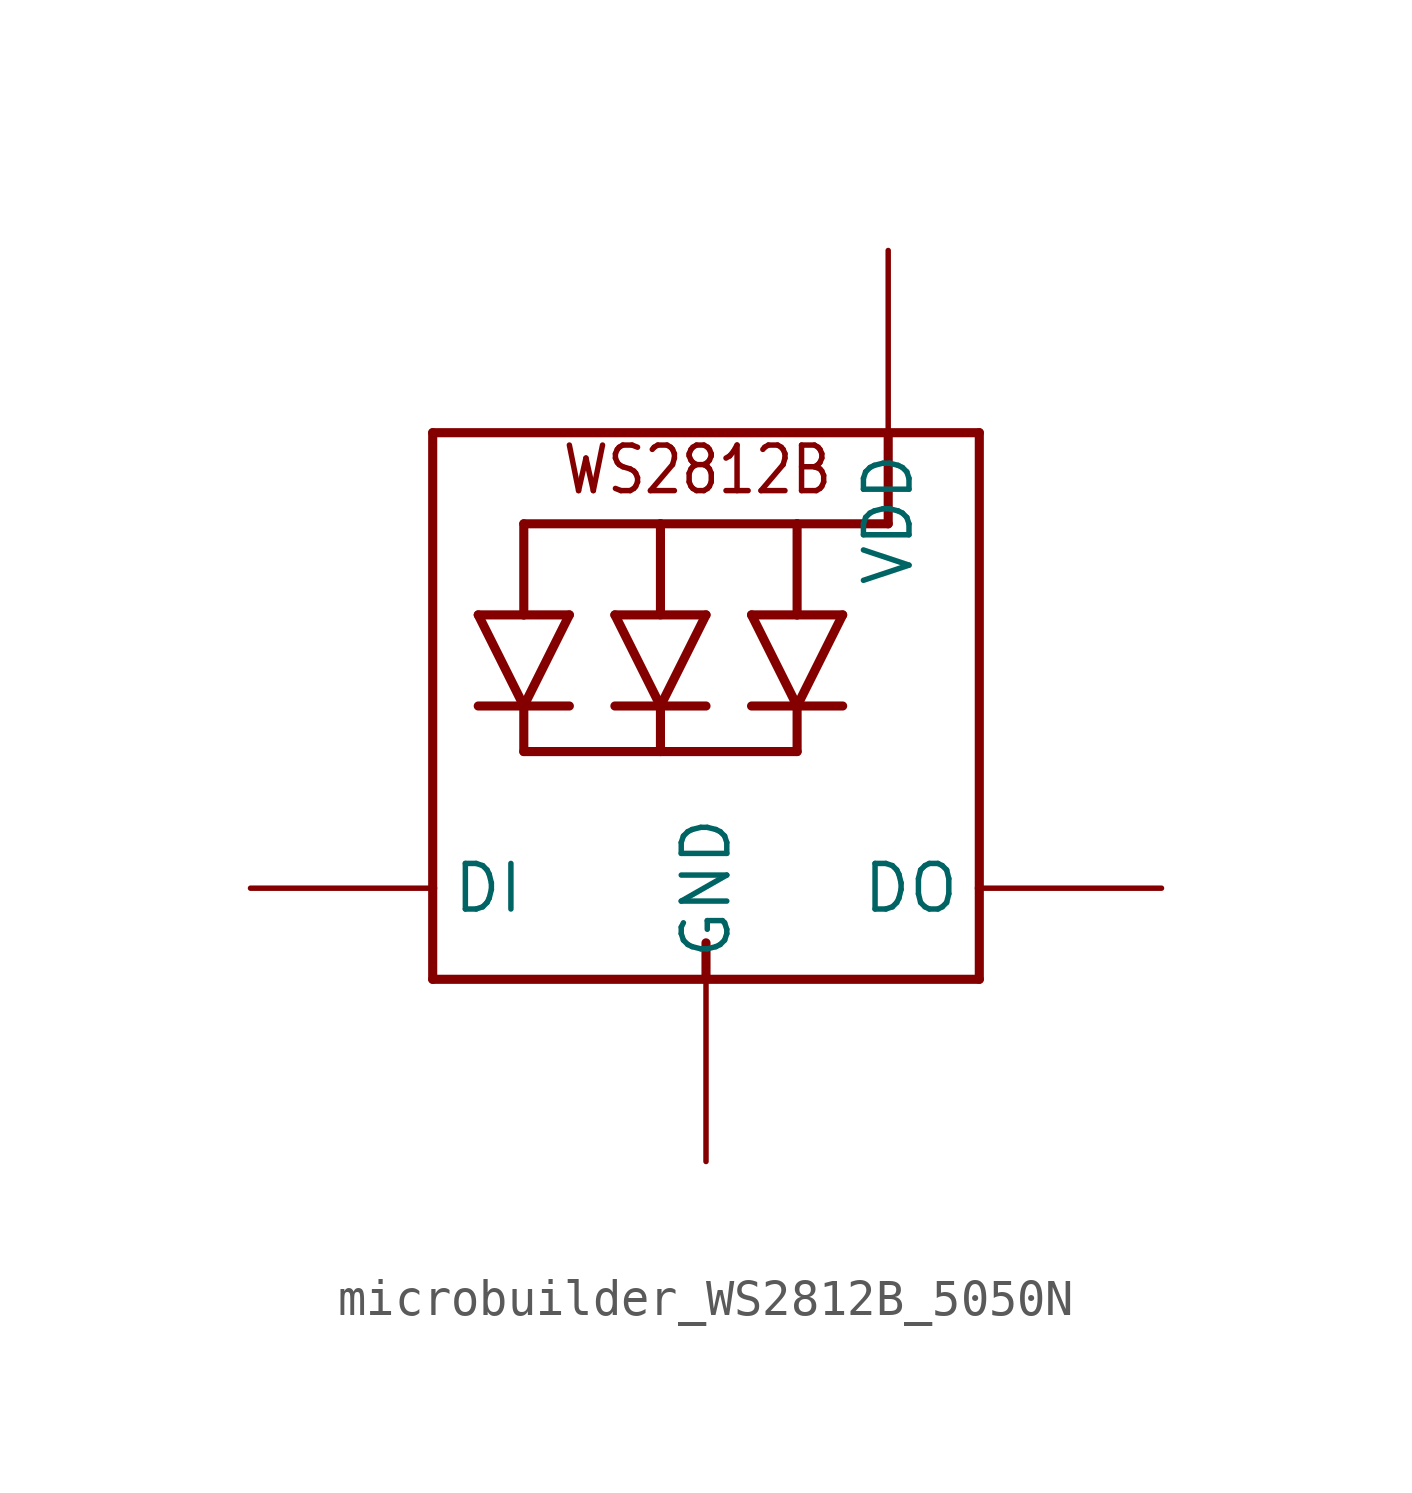
<source format=kicad_sym>
(kicad_symbol_lib
  (version 20231120)
  (generator "kicad_symbol_editor")
  (generator_version "8.0")
  (symbol "microbuilder_WS2812B_5050N"
    (property "Reference" "LED"
      (at 0 0 0)
      (effects (font (size 1.27 1.27)) (hide yes)))
    (property "ki_locked" ""
      (at 0 0 0)
      (effects (font (size 1.27 1.27))))
    (symbol "microbuilder_WS2812B_5050N_1_0"
      (polyline (pts (xy -7.62 -5.08) (xy 0 -5.08)) (stroke (width 0.254) (type solid)) (fill (type none)))
      (polyline (pts (xy -7.62 -2.54) (xy -7.62 -5.08)) (stroke (width 0.254) (type solid)) (fill (type none)))
      (polyline (pts (xy -7.62 10.16) (xy -7.62 -2.54)) (stroke (width 0.254) (type solid)) (fill (type none)))
      (polyline (pts (xy -6.35 2.54) (xy -5.08 2.54)) (stroke (width 0.254) (type solid)) (fill (type none)))
      (polyline (pts (xy -6.35 5.08) (xy -5.08 5.08)) (stroke (width 0.254) (type solid)) (fill (type none)))
      (polyline (pts (xy -5.08 2.54) (xy -6.35 5.08)) (stroke (width 0.254) (type solid)) (fill (type none)))
      (polyline (pts (xy -5.08 2.54) (xy -5.08 1.27)) (stroke (width 0.254) (type solid)) (fill (type none)))
      (polyline (pts (xy -5.08 2.54) (xy -3.81 5.08)) (stroke (width 0.254) (type solid)) (fill (type none)))
      (polyline (pts (xy -5.08 5.08) (xy -3.81 5.08)) (stroke (width 0.254) (type solid)) (fill (type none)))
      (polyline (pts (xy -5.08 7.62) (xy -5.08 5.08)) (stroke (width 0.254) (type solid)) (fill (type none)))
      (polyline (pts (xy -3.81 2.54) (xy -5.08 2.54)) (stroke (width 0.254) (type solid)) (fill (type none)))
      (polyline (pts (xy -2.54 2.54) (xy -1.27 2.54)) (stroke (width 0.254) (type solid)) (fill (type none)))
      (polyline (pts (xy -2.54 5.08) (xy 0 5.08)) (stroke (width 0.254) (type solid)) (fill (type none)))
      (polyline (pts (xy -1.27 1.27) (xy -5.08 1.27)) (stroke (width 0.254) (type solid)) (fill (type none)))
      (polyline (pts (xy -1.27 2.54) (xy -2.54 5.08)) (stroke (width 0.254) (type solid)) (fill (type none)))
      (polyline (pts (xy -1.27 2.54) (xy -1.27 1.27)) (stroke (width 0.254) (type solid)) (fill (type none)))
      (polyline (pts (xy -1.27 2.54) (xy 0 2.54)) (stroke (width 0.254) (type solid)) (fill (type none)))
      (polyline (pts (xy -1.27 5.08) (xy -1.27 7.62)) (stroke (width 0.254) (type solid)) (fill (type none)))
      (polyline (pts (xy -1.27 7.62) (xy -5.08 7.62)) (stroke (width 0.254) (type solid)) (fill (type none)))
      (polyline (pts (xy 0 -5.08) (xy 7.62 -5.08)) (stroke (width 0.254) (type solid)) (fill (type none)))
      (polyline (pts (xy 0 -4.064) (xy 0 -5.08)) (stroke (width 0.254) (type solid)) (fill (type none)))
      (polyline (pts (xy 0 5.08) (xy -1.27 2.54)) (stroke (width 0.254) (type solid)) (fill (type none)))
      (polyline (pts (xy 1.27 5.08) (xy 2.54 2.54)) (stroke (width 0.254) (type solid)) (fill (type none)))
      (polyline (pts (xy 1.27 5.08) (xy 2.54 5.08)) (stroke (width 0.254) (type solid)) (fill (type none)))
      (polyline (pts (xy 2.54 1.27) (xy -1.27 1.27)) (stroke (width 0.254) (type solid)) (fill (type none)))
      (polyline (pts (xy 2.54 2.54) (xy 1.27 2.54)) (stroke (width 0.254) (type solid)) (fill (type none)))
      (polyline (pts (xy 2.54 2.54) (xy 2.54 1.27)) (stroke (width 0.254) (type solid)) (fill (type none)))
      (polyline (pts (xy 2.54 2.54) (xy 3.81 2.54)) (stroke (width 0.254) (type solid)) (fill (type none)))
      (polyline (pts (xy 2.54 2.54) (xy 3.81 5.08)) (stroke (width 0.254) (type solid)) (fill (type none)))
      (polyline (pts (xy 2.54 5.08) (xy 2.54 7.62)) (stroke (width 0.254) (type solid)) (fill (type none)))
      (polyline (pts (xy 2.54 7.62) (xy -1.27 7.62)) (stroke (width 0.254) (type solid)) (fill (type none)))
      (polyline (pts (xy 2.54 7.62) (xy 5.08 7.62)) (stroke (width 0.254) (type solid)) (fill (type none)))
      (polyline (pts (xy 3.81 5.08) (xy 2.54 5.08)) (stroke (width 0.254) (type solid)) (fill (type none)))
      (polyline (pts (xy 5.08 10.16) (xy -7.62 10.16)) (stroke (width 0.254) (type solid)) (fill (type none)))
      (polyline (pts (xy 5.08 10.16) (xy 5.08 7.62)) (stroke (width 0.254) (type solid)) (fill (type none)))
      (polyline (pts (xy 7.62 -5.08) (xy 7.62 -2.54)) (stroke (width 0.254) (type solid)) (fill (type none)))
      (polyline (pts (xy 7.62 -2.54) (xy 7.62 10.16)) (stroke (width 0.254) (type solid)) (fill (type none)))
      (polyline (pts (xy 7.62 10.16) (xy 5.08 10.16)) (stroke (width 0.254) (type solid)) (fill (type none)))
      (text "WS2812B" (at -4.064 8.382 0) (effects (font (size 1.27 1.079)) (justify left bottom)))
      (pin power_in line (at 5.08 15.24 270) (length 5.08) (name "VDD" (effects (font (size 1.27 1.27)))) (number "1-VDD" (effects (font (size 0 0)))))
      (pin output line (at 12.7 -2.54 180) (length 5.08) (name "DO" (effects (font (size 1.27 1.27)))) (number "2-DOUT" (effects (font (size 0 0)))))
      (pin power_in line (at 0 -10.16 90) (length 5.08) (name "GND" (effects (font (size 1.27 1.27)))) (number "3-GND" (effects (font (size 0 0)))))
      (pin input line (at -12.7 -2.54 0) (length 5.08) (name "DI" (effects (font (size 1.27 1.27)))) (number "4-DIN" (effects (font (size 0 0))))))))
</source>
